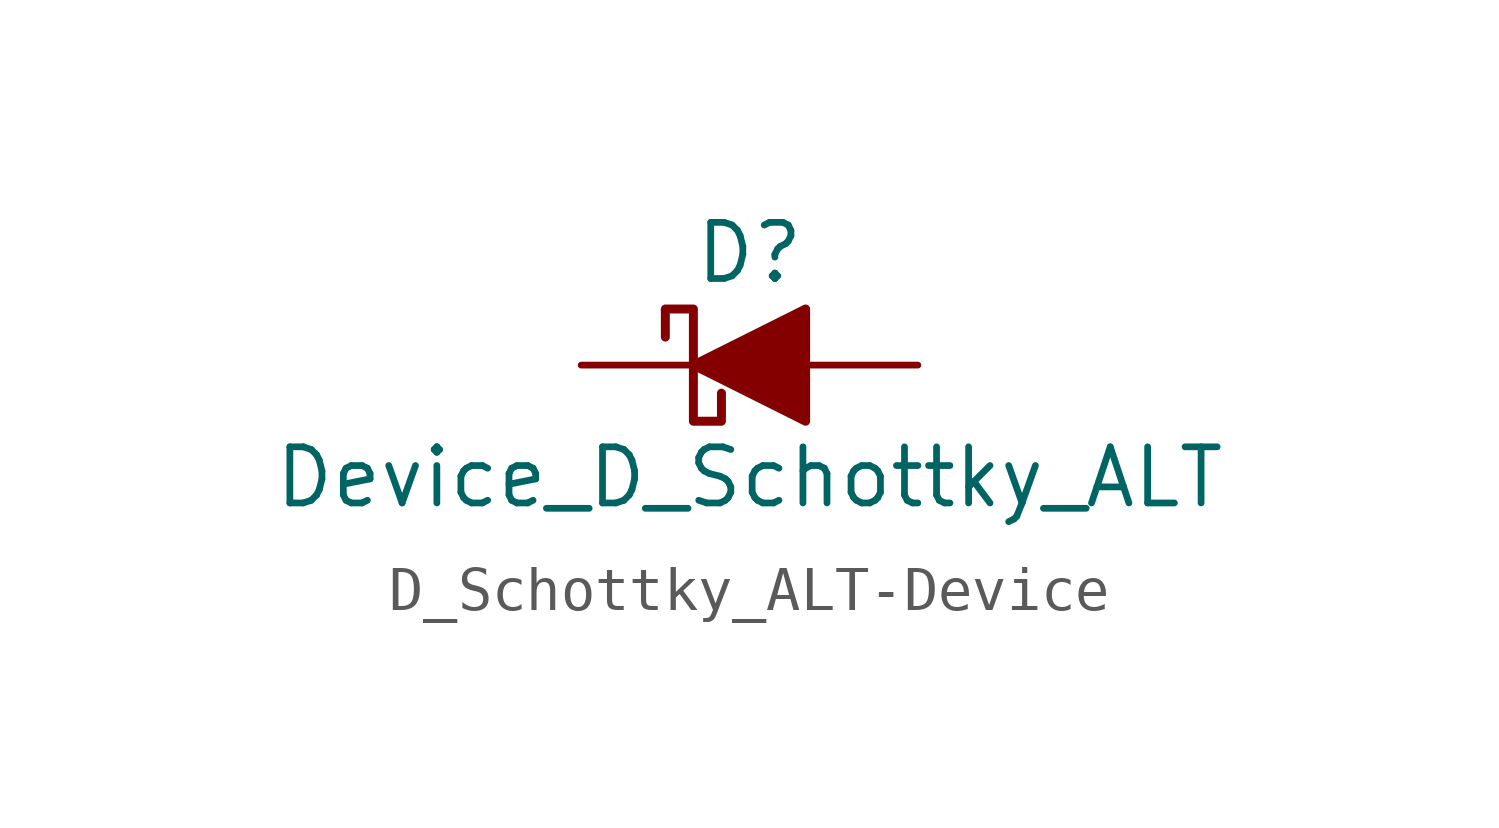
<source format=kicad_sym>
(kicad_symbol_lib
  (version 20241209)
  (generator "kicad_symbol_editor")
  (generator_version "9.0")
  (symbol "D_Schottky_ALT-Device"
    (pin_numbers
      (hide yes))
    (pin_names
      (offset 1.016)
      (hide yes))
    (property "Reference" "D"
      (at 0 2.54 0)
      (effects (font (size 1.27 1.27))))
    (property "Value" "Device_D_Schottky_ALT"
      (at 0 -2.54 0)
      (effects (font (size 1.27 1.27))))
    (symbol "D_Schottky_ALT-Device_0_1"
      (polyline (pts (xy -1.905 0.635) (xy -1.905 1.27) (xy -1.27 1.27) (xy -1.27 -1.27) (xy -0.635 -1.27) (xy -0.635 -0.635)) (stroke (width 0.203) (type solid)) (fill (type none)))
      (polyline (pts (xy 1.27 1.27) (xy 1.27 -1.27) (xy -1.27 0) (xy 1.27 1.27)) (stroke (width 0.203) (type solid)) (fill (type outline)))
      (polyline (pts (xy 1.27 0) (xy -1.27 0)) (stroke (width 0) (type solid)) (fill (type none))))
    (symbol "D_Schottky_ALT-Device_1_1"
      (pin passive line (at -3.81 0 0) (length 2.54) (name "K" (effects (font (size 1.27 1.27)))) (number "1" (effects (font (size 1.27 1.27)))))
      (pin passive line (at 3.81 0 180) (length 2.54) (name "A" (effects (font (size 1.27 1.27)))) (number "2" (effects (font (size 1.27 1.27))))))))
</source>
